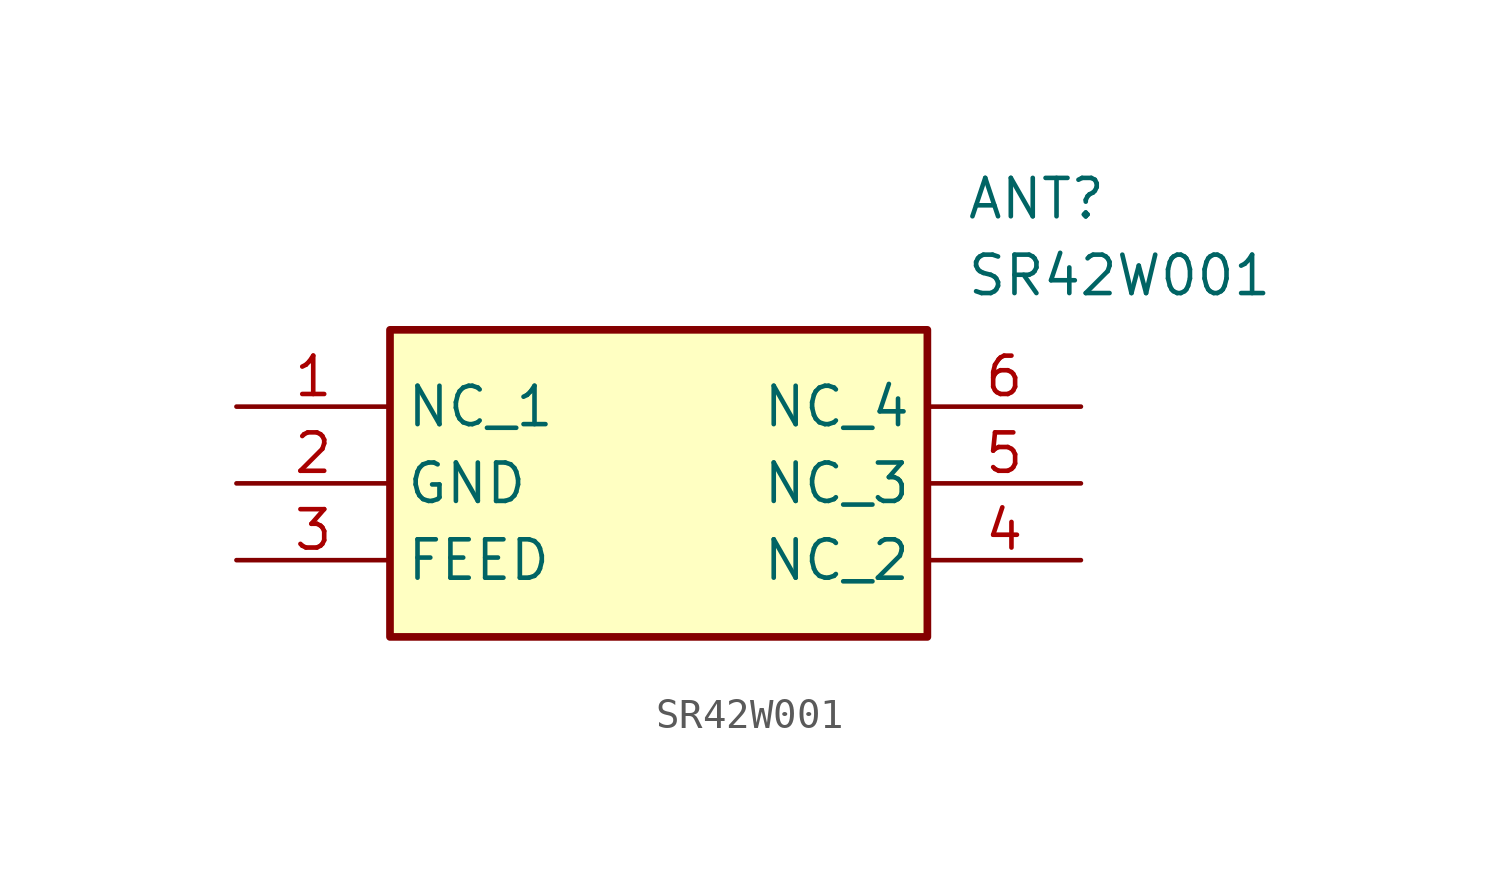
<source format=kicad_sym>
(kicad_symbol_lib
  (version 20211014)
  (generator SamacSys_ECAD_Model)
  (symbol "SR42W001"
    (property "Reference" "ANT"
      (at 24.13 7.62 0)
      (effects (font (size 1.27 1.27)) (justify left top)))
    (property "Value" "SR42W001"
      (at 24.13 5.08 0)
      (effects (font (size 1.27 1.27)) (justify left top)))
    (rectangle
      (start 5.08 2.54)
      (end 22.86 -7.62)
      (stroke (width 0.254) (type default))
      (fill (type background)))
    (pin passive line
      (at 0 0 0)
      (length 5.08)
      (name "NC_1" (effects (font (size 1.27 1.27))))
      (number "1" (effects (font (size 1.27 1.27)))))
    (pin passive line
      (at 0 -2.54 0)
      (length 5.08)
      (name "GND" (effects (font (size 1.27 1.27))))
      (number "2" (effects (font (size 1.27 1.27)))))
    (pin passive line
      (at 0 -5.08 0)
      (length 5.08)
      (name "FEED" (effects (font (size 1.27 1.27))))
      (number "3" (effects (font (size 1.27 1.27)))))
    (pin passive line
      (at 27.94 -5.08 180)
      (length 5.08)
      (name "NC_2" (effects (font (size 1.27 1.27))))
      (number "4" (effects (font (size 1.27 1.27)))))
    (pin passive line
      (at 27.94 -2.54 180)
      (length 5.08)
      (name "NC_3" (effects (font (size 1.27 1.27))))
      (number "5" (effects (font (size 1.27 1.27)))))
    (pin passive line
      (at 27.94 0 180)
      (length 5.08)
      (name "NC_4" (effects (font (size 1.27 1.27))))
      (number "6" (effects (font (size 1.27 1.27)))))))
</source>
